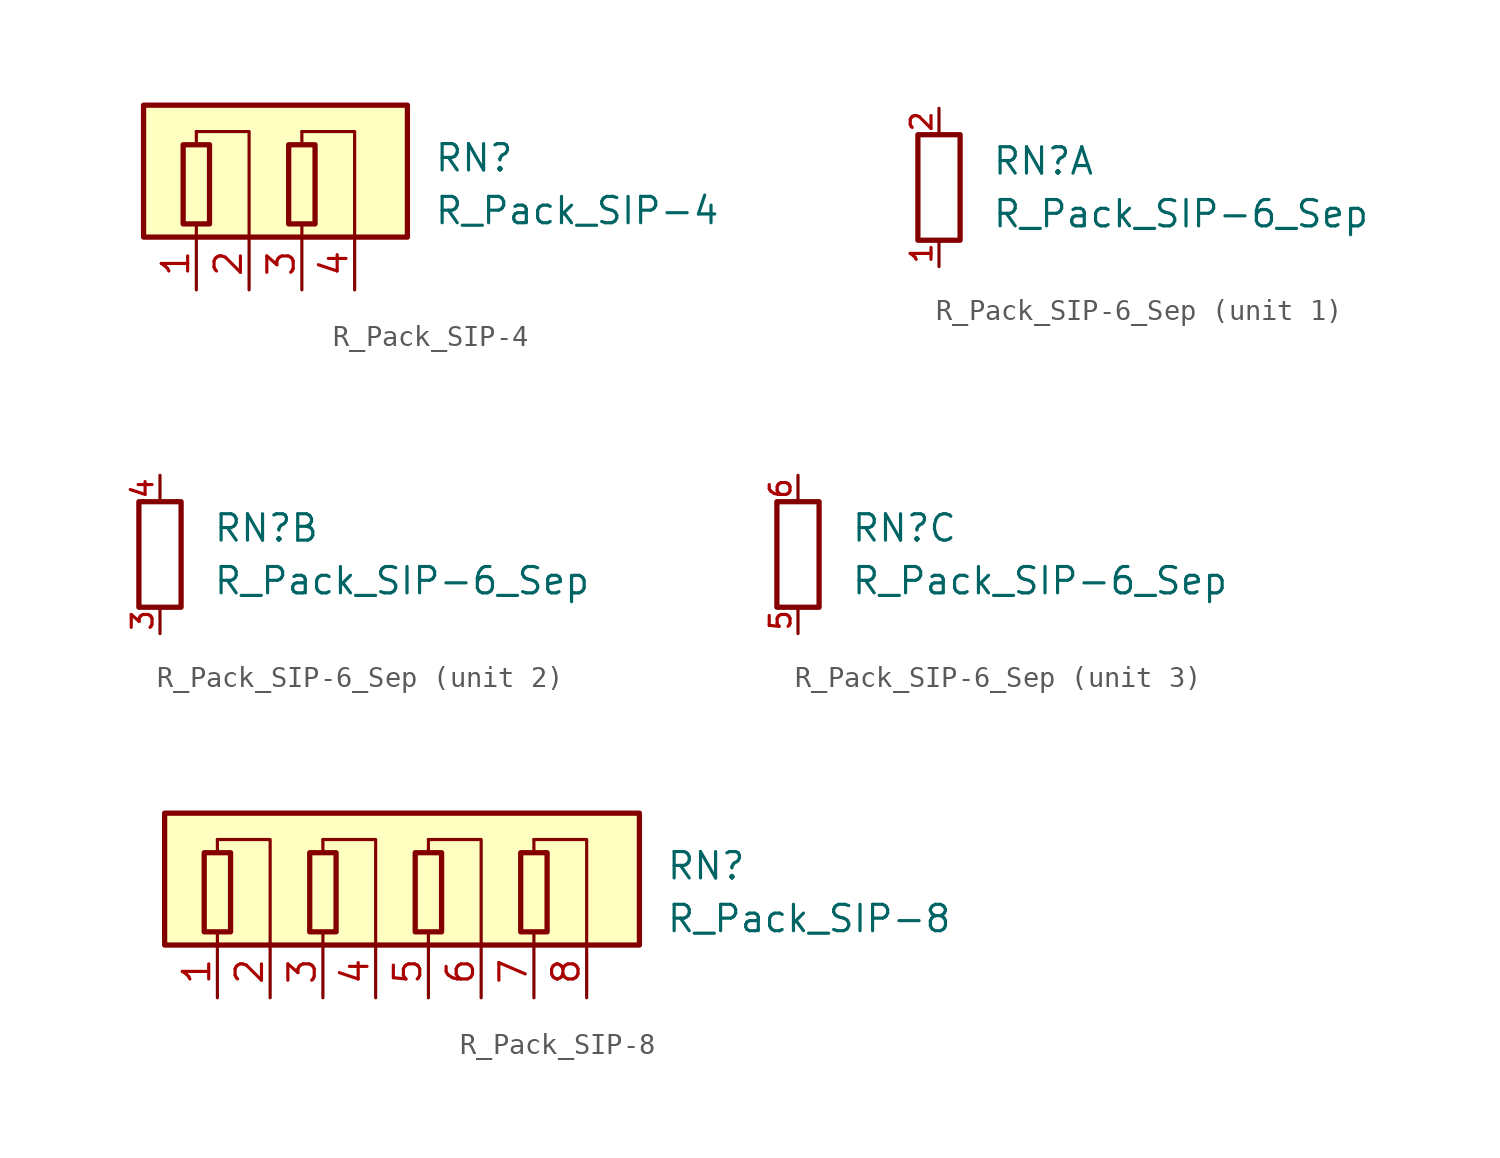
<source format=kicad_sym>
(kicad_symbol_lib
  (version 20220914)
  (generator kicad_symbol_editor)
  (symbol "R_Pack_SIP-4"
    (pin_names
      (offset 0.002) hide)
    (property "Reference" "RN"
      (at 7.62 1.27 0)
      (effects (font (size 1.27 1.27)) (justify left)))
    (property "Value" "R_Pack_SIP-4"
      (at 7.62 -1.27 0)
      (effects (font (size 1.27 1.27)) (justify left)))
    (symbol "R_Pack_SIP-4_0_1"
      (rectangle (start -6.35 3.81) (end 6.35 -2.54) (stroke (width 0.254) (type default)) (fill (type background)))
      (rectangle (start -4.445 1.905) (end -3.175 -1.905) (stroke (width 0.254) (type default)) (fill (type none)))
      (polyline (pts (xy -3.81 -2.54) (xy -3.81 -1.905)) (stroke (width 0) (type default)) (fill (type none)))
      (polyline (pts (xy -3.81 1.905) (xy -3.81 2.54)) (stroke (width 0) (type default)) (fill (type none)))
      (polyline (pts (xy 1.27 -2.54) (xy 1.27 -1.905)) (stroke (width 0) (type default)) (fill (type none)))
      (polyline (pts (xy 1.27 1.905) (xy 1.27 2.54)) (stroke (width 0) (type default)) (fill (type none)))
      (polyline (pts (xy -3.81 2.54) (xy -1.27 2.54) (xy -1.27 -2.54)) (stroke (width 0.152) (type default)) (fill (type none)))
      (polyline (pts (xy 1.27 2.54) (xy 3.81 2.54) (xy 3.81 -2.54)) (stroke (width 0.152) (type default)) (fill (type none)))
      (rectangle (start 0.635 1.905) (end 1.905 -1.905) (stroke (width 0.254) (type default)) (fill (type none))))
    (symbol "R_Pack_SIP-4_1_1"
      (pin passive line (at -3.81 -5.08 90) (length 2.54) (name "R1.1" (effects (font (size 1.27 1.27)))) (number "1" (effects (font (size 1.27 1.27)))))
      (pin passive line (at -1.27 -5.08 90) (length 2.54) (name "R1.2" (effects (font (size 1.27 1.27)))) (number "2" (effects (font (size 1.27 1.27)))))
      (pin passive line (at 1.27 -5.08 90) (length 2.54) (name "R2.1" (effects (font (size 1.27 1.27)))) (number "3" (effects (font (size 1.27 1.27)))))
      (pin passive line (at 3.81 -5.08 90) (length 2.54) (name "R2.2" (effects (font (size 1.27 1.27)))) (number "4" (effects (font (size 1.27 1.27)))))))
  (symbol "R_Pack_SIP-6_Sep"
    (pin_names
      (offset 0.002) hide)
    (property "Reference" "RN"
      (at 2.54 1.27 0)
      (effects (font (size 1.27 1.27)) (justify left)))
    (property "Value" "R_Pack_SIP-6_Sep"
      (at 2.54 -1.27 0)
      (effects (font (size 1.27 1.27)) (justify left)))
    (symbol "R_Pack_SIP-6_Sep_0_1"
      (rectangle (start 1.016 2.54) (end -1.016 -2.54) (stroke (width 0.254) (type default)) (fill (type none))))
    (symbol "R_Pack_SIP-6_Sep_1_1"
      (pin passive line (at 0 -3.81 90) (length 1.27) (name "R3.1" (effects (font (size 1.27 1.27)))) (number "1" (effects (font (size 1 1)))))
      (pin passive line (at 0 3.81 270) (length 1.27) (name "R3.2" (effects (font (size 1.27 1.27)))) (number "2" (effects (font (size 1 1))))))
    (symbol "R_Pack_SIP-6_Sep_2_1"
      (pin passive line (at 0 -3.81 90) (length 1.27) (name "R2.1" (effects (font (size 1.27 1.27)))) (number "3" (effects (font (size 1 1)))))
      (pin passive line (at 0 3.81 270) (length 1.27) (name "R2.2" (effects (font (size 1.27 1.27)))) (number "4" (effects (font (size 1 1))))))
    (symbol "R_Pack_SIP-6_Sep_3_1"
      (pin passive line (at 0 -3.81 90) (length 1.27) (name "R3.1" (effects (font (size 1.27 1.27)))) (number "5" (effects (font (size 1 1)))))
      (pin passive line (at 0 3.81 270) (length 1.27) (name "R3.2" (effects (font (size 1.27 1.27)))) (number "6" (effects (font (size 1 1)))))))
  (symbol "R_Pack_SIP-8"
    (pin_names
      (offset 0.002) hide)
    (property "Reference" "RN"
      (at 12.7 1.27 0)
      (effects (font (size 1.27 1.27)) (justify left)))
    (property "Value" "R_Pack_SIP-8"
      (at 12.7 -1.27 0)
      (effects (font (size 1.27 1.27)) (justify left)))
    (symbol "R_Pack_SIP-8_0_1"
      (rectangle (start -11.43 3.81) (end 11.43 -2.54) (stroke (width 0.254) (type default)) (fill (type background)))
      (rectangle (start -9.525 1.905) (end -8.255 -1.905) (stroke (width 0.254) (type default)) (fill (type none)))
      (rectangle (start -4.445 1.905) (end -3.175 -1.905) (stroke (width 0.254) (type default)) (fill (type none)))
      (polyline (pts (xy -8.89 -2.54) (xy -8.89 -1.905)) (stroke (width 0) (type default)) (fill (type none)))
      (polyline (pts (xy -8.89 1.905) (xy -8.89 2.54)) (stroke (width 0) (type default)) (fill (type none)))
      (polyline (pts (xy -3.81 -2.54) (xy -3.81 -1.905)) (stroke (width 0) (type default)) (fill (type none)))
      (polyline (pts (xy -3.81 1.905) (xy -3.81 2.54)) (stroke (width 0) (type default)) (fill (type none)))
      (polyline (pts (xy 1.27 -2.54) (xy 1.27 -1.905)) (stroke (width 0) (type default)) (fill (type none)))
      (polyline (pts (xy 1.27 1.905) (xy 1.27 2.54)) (stroke (width 0) (type default)) (fill (type none)))
      (polyline (pts (xy 6.35 -2.54) (xy 6.35 -1.905)) (stroke (width 0) (type default)) (fill (type none)))
      (polyline (pts (xy 6.35 1.905) (xy 6.35 2.54)) (stroke (width 0) (type default)) (fill (type none)))
      (polyline (pts (xy -8.89 2.54) (xy -6.35 2.54) (xy -6.35 -2.54)) (stroke (width 0.152) (type default)) (fill (type none)))
      (polyline (pts (xy -3.81 2.54) (xy -1.27 2.54) (xy -1.27 -2.54)) (stroke (width 0.152) (type default)) (fill (type none)))
      (polyline (pts (xy 1.27 2.54) (xy 3.81 2.54) (xy 3.81 -2.54)) (stroke (width 0.152) (type default)) (fill (type none)))
      (polyline (pts (xy 6.35 2.54) (xy 8.89 2.54) (xy 8.89 -2.54)) (stroke (width 0.152) (type default)) (fill (type none)))
      (rectangle (start 0.635 1.905) (end 1.905 -1.905) (stroke (width 0.254) (type default)) (fill (type none)))
      (rectangle (start 5.715 1.905) (end 6.985 -1.905) (stroke (width 0.254) (type default)) (fill (type none))))
    (symbol "R_Pack_SIP-8_1_1"
      (pin passive line (at -8.89 -5.08 90) (length 2.54) (name "R1.1" (effects (font (size 1.27 1.27)))) (number "1" (effects (font (size 1.27 1.27)))))
      (pin passive line (at -6.35 -5.08 90) (length 2.54) (name "R1.2" (effects (font (size 1.27 1.27)))) (number "2" (effects (font (size 1.27 1.27)))))
      (pin passive line (at -3.81 -5.08 90) (length 2.54) (name "R2.1" (effects (font (size 1.27 1.27)))) (number "3" (effects (font (size 1.27 1.27)))))
      (pin passive line (at -1.27 -5.08 90) (length 2.54) (name "R2.2" (effects (font (size 1.27 1.27)))) (number "4" (effects (font (size 1.27 1.27)))))
      (pin passive line (at 1.27 -5.08 90) (length 2.54) (name "R3.1" (effects (font (size 1.27 1.27)))) (number "5" (effects (font (size 1.27 1.27)))))
      (pin passive line (at 3.81 -5.08 90) (length 2.54) (name "R3.2" (effects (font (size 1.27 1.27)))) (number "6" (effects (font (size 1.27 1.27)))))
      (pin passive line (at 6.35 -5.08 90) (length 2.54) (name "R4.1" (effects (font (size 1.27 1.27)))) (number "7" (effects (font (size 1.27 1.27)))))
      (pin passive line (at 8.89 -5.08 90) (length 2.54) (name "R4.2" (effects (font (size 1.27 1.27)))) (number "8" (effects (font (size 1.27 1.27))))))))
</source>
